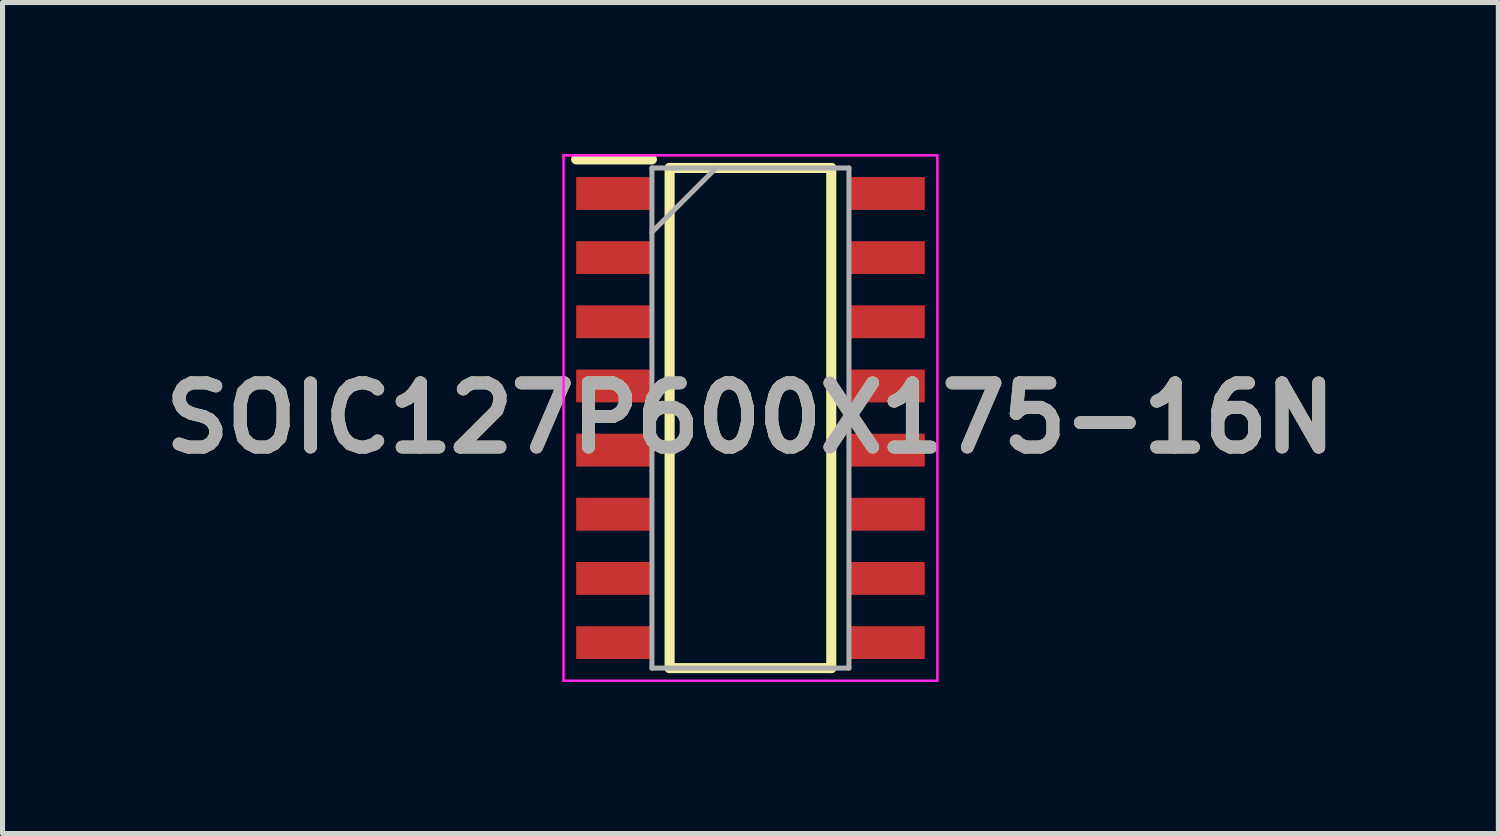
<source format=kicad_pcb>
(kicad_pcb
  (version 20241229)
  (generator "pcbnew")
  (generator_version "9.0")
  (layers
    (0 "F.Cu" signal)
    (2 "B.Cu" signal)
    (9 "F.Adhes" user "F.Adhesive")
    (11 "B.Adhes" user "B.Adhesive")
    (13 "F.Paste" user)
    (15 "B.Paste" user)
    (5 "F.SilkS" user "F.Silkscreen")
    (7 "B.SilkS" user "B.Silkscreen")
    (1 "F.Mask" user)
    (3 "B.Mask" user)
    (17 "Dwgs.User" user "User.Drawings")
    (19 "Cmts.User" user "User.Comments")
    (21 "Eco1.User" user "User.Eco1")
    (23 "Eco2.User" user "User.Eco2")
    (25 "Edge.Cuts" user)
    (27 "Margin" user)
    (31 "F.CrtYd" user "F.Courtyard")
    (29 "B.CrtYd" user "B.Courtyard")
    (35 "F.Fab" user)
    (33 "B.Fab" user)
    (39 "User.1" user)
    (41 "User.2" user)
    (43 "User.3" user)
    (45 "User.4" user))
  (footprint "SOIC127P600X175-16N"
    (layer "F.Cu")
    (at 11.805 5.225)
    (property "Reference" "SOIC127P600X175-16N" (at 0 0 0) (layer "F.SilkS") (effects (font (size 1.27 1.27) (thickness 0.254))))
    (attr smd)
    (fp_line (start -3.45 -5.12) (end -1.95 -5.12) (stroke (width 0.2) (type solid)) (layer "F.SilkS"))
    (fp_line (start -1.6 -4.95) (end 1.6 -4.95) (stroke (width 0.2) (type solid)) (layer "F.SilkS"))
    (fp_line (start -1.6 4.95) (end -1.6 -4.95) (stroke (width 0.2) (type solid)) (layer "F.SilkS"))
    (fp_line (start 1.6 -4.95) (end 1.6 4.95) (stroke (width 0.2) (type solid)) (layer "F.SilkS"))
    (fp_line (start 1.6 4.95) (end -1.6 4.95) (stroke (width 0.2) (type solid)) (layer "F.SilkS"))
    (fp_line (start -3.7 -5.2) (end 3.7 -5.2) (stroke (width 0.05) (type solid)) (layer "F.CrtYd"))
    (fp_line (start -3.7 5.2) (end -3.7 -5.2) (stroke (width 0.05) (type solid)) (layer "F.CrtYd"))
    (fp_line (start 3.7 -5.2) (end 3.7 5.2) (stroke (width 0.05) (type solid)) (layer "F.CrtYd"))
    (fp_line (start 3.7 5.2) (end -3.7 5.2) (stroke (width 0.05) (type solid)) (layer "F.CrtYd"))
    (fp_line (start -1.95 -4.95) (end 1.95 -4.95) (stroke (width 0.1) (type solid)) (layer "F.Fab"))
    (fp_line (start -1.95 -3.68) (end -0.68 -4.95) (stroke (width 0.1) (type solid)) (layer "F.Fab"))
    (fp_line (start -1.95 4.95) (end -1.95 -4.95) (stroke (width 0.1) (type solid)) (layer "F.Fab"))
    (fp_line (start 1.95 -4.95) (end 1.95 4.95) (stroke (width 0.1) (type solid)) (layer "F.Fab"))
    (fp_line (start 1.95 4.95) (end -1.95 4.95) (stroke (width 0.1) (type solid)) (layer "F.Fab"))
    (fp_text user "${REFERENCE}" (at 0 0 0) (layer "F.Fab") (effects (font (size 1.27 1.27) (thickness 0.254))))
    (pad "1" smd rect (at -2.7 -4.445 90) (size 0.65 1.5) (layers "F.Cu" "F.Mask" "F.Paste"))
    (pad "2" smd rect (at -2.7 -3.175 90) (size 0.65 1.5) (layers "F.Cu" "F.Mask" "F.Paste"))
    (pad "3" smd rect (at -2.7 -1.905 90) (size 0.65 1.5) (layers "F.Cu" "F.Mask" "F.Paste"))
    (pad "4" smd rect (at -2.7 -0.635 90) (size 0.65 1.5) (layers "F.Cu" "F.Mask" "F.Paste"))
    (pad "5" smd rect (at -2.7 0.635 90) (size 0.65 1.5) (layers "F.Cu" "F.Mask" "F.Paste"))
    (pad "6" smd rect (at -2.7 1.905 90) (size 0.65 1.5) (layers "F.Cu" "F.Mask" "F.Paste"))
    (pad "7" smd rect (at -2.7 3.175 90) (size 0.65 1.5) (layers "F.Cu" "F.Mask" "F.Paste"))
    (pad "8" smd rect (at -2.7 4.445 90) (size 0.65 1.5) (layers "F.Cu" "F.Mask" "F.Paste"))
    (pad "9" smd rect (at 2.7 4.445 90) (size 0.65 1.5) (layers "F.Cu" "F.Mask" "F.Paste"))
    (pad "10" smd rect (at 2.7 3.175 90) (size 0.65 1.5) (layers "F.Cu" "F.Mask" "F.Paste"))
    (pad "11" smd rect (at 2.7 1.905 90) (size 0.65 1.5) (layers "F.Cu" "F.Mask" "F.Paste"))
    (pad "12" smd rect (at 2.7 0.635 90) (size 0.65 1.5) (layers "F.Cu" "F.Mask" "F.Paste"))
    (pad "13" smd rect (at 2.7 -0.635 90) (size 0.65 1.5) (layers "F.Cu" "F.Mask" "F.Paste"))
    (pad "14" smd rect (at 2.7 -1.905 90) (size 0.65 1.5) (layers "F.Cu" "F.Mask" "F.Paste"))
    (pad "15" smd rect (at 2.7 -3.175 90) (size 0.65 1.5) (layers "F.Cu" "F.Mask" "F.Paste"))
    (pad "16" smd rect (at 2.7 -4.445 90) (size 0.65 1.5) (layers "F.Cu" "F.Mask" "F.Paste")))
  (gr_rect
    (start -3 -3)
    (end 26.61 13.45)
    (stroke (width 0.1) (type default))
    (fill no)
    (layer "Edge.Cuts")))
</source>
